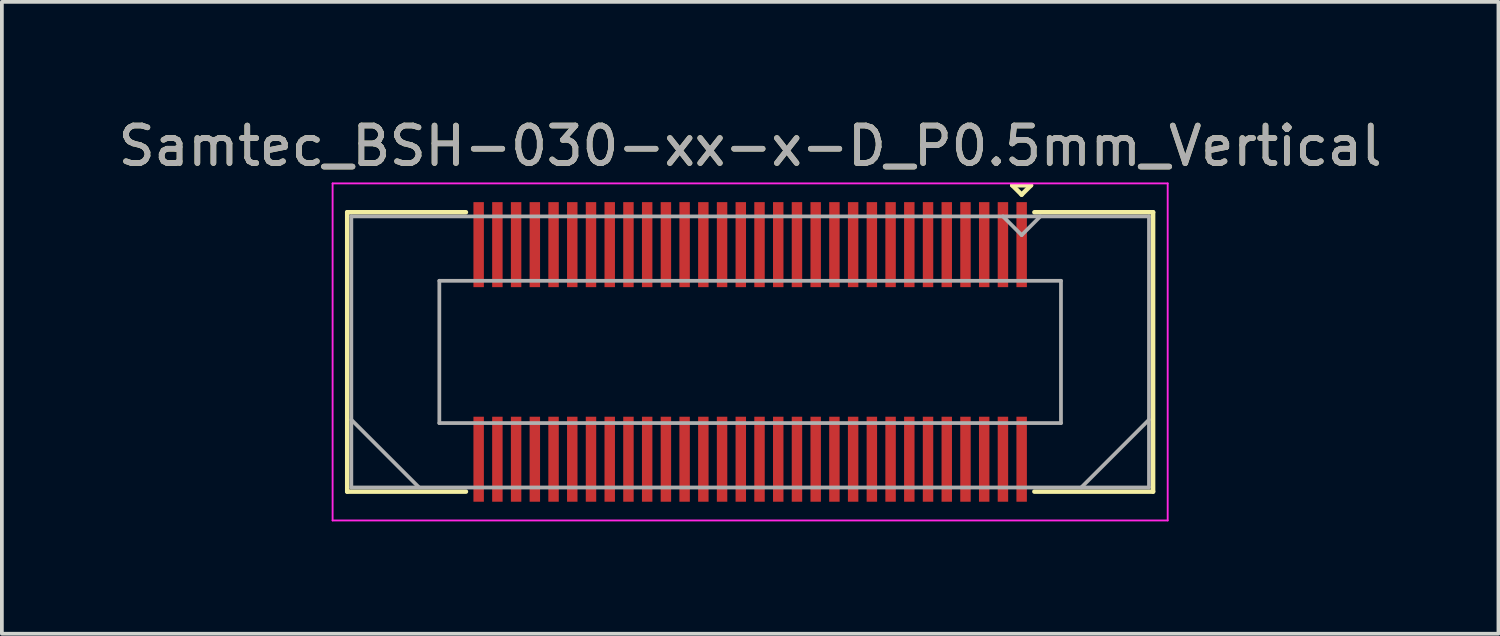
<source format=kicad_pcb>
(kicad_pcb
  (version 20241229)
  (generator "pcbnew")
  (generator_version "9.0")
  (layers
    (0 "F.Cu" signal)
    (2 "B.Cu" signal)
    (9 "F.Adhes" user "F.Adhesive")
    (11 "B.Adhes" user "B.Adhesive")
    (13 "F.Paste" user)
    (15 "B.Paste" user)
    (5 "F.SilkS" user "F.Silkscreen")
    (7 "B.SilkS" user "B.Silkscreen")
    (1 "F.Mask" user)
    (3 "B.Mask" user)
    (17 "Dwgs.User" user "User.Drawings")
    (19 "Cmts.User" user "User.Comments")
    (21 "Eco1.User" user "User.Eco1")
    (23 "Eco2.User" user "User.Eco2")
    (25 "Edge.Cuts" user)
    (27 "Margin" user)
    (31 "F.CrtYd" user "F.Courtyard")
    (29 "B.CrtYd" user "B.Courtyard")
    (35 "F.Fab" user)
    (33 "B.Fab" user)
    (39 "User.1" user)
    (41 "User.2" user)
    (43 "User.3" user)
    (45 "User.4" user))
  (footprint "Samtec_BSH-030-xx-x-D_P0.5mm_Vertical"
    (layer "F.Cu")
    (at 16.982 6.348)
    (property "Reference" "Samtec_BSH-030-xx-x-D_P0.5mm_Vertical" (at 0 -5.5 0) (layer "F.SilkS") (effects (font (size 1 1) (thickness 0.15))))
    (attr smd)
    (fp_line (start -10.76 -3.73) (end -7.59 -3.73) (stroke (width 0.12) (type solid)) (layer "F.SilkS"))
    (fp_line (start -10.76 3.73) (end -10.76 -3.73) (stroke (width 0.12) (type solid)) (layer "F.SilkS"))
    (fp_line (start -7.59 3.73) (end -10.76 3.73) (stroke (width 0.12) (type solid)) (layer "F.SilkS"))
    (fp_line (start 7 -4.45) (end 7.5 -4.45) (stroke (width 0.12) (type solid)) (layer "F.SilkS"))
    (fp_line (start 7.25 -4.2) (end 7 -4.45) (stroke (width 0.12) (type solid)) (layer "F.SilkS"))
    (fp_line (start 7.5 -4.45) (end 7.25 -4.2) (stroke (width 0.12) (type solid)) (layer "F.SilkS"))
    (fp_line (start 7.59 3.73) (end 10.76 3.73) (stroke (width 0.12) (type solid)) (layer "F.SilkS"))
    (fp_line (start 10.76 -3.73) (end 7.59 -3.73) (stroke (width 0.12) (type solid)) (layer "F.SilkS"))
    (fp_line (start 10.76 3.73) (end 10.76 -3.73) (stroke (width 0.12) (type solid)) (layer "F.SilkS"))
    (fp_line (start -11.15 -4.5) (end -11.15 4.5) (stroke (width 0.05) (type solid)) (layer "F.CrtYd"))
    (fp_line (start -11.15 4.5) (end 11.15 4.5) (stroke (width 0.05) (type solid)) (layer "F.CrtYd"))
    (fp_line (start 11.15 -4.5) (end -11.15 -4.5) (stroke (width 0.05) (type solid)) (layer "F.CrtYd"))
    (fp_line (start 11.15 4.5) (end 11.15 -4.5) (stroke (width 0.05) (type solid)) (layer "F.CrtYd"))
    (fp_line (start -10.65 -3.62) (end -10.65 3.62) (stroke (width 0.1) (type solid)) (layer "F.Fab"))
    (fp_line (start -10.65 1.81) (end -8.84 3.62) (stroke (width 0.1) (type solid)) (layer "F.Fab"))
    (fp_line (start -10.65 3.62) (end 10.65 3.62) (stroke (width 0.1) (type solid)) (layer "F.Fab"))
    (fp_line (start -8.3 -1.9) (end -8.3 1.9) (stroke (width 0.1) (type solid)) (layer "F.Fab"))
    (fp_line (start -8.3 1.9) (end 8.3 1.9) (stroke (width 0.1) (type solid)) (layer "F.Fab"))
    (fp_line (start 7.25 -3.12) (end 6.75 -3.62) (stroke (width 0.1) (type solid)) (layer "F.Fab"))
    (fp_line (start 7.75 -3.62) (end 7.25 -3.12) (stroke (width 0.1) (type solid)) (layer "F.Fab"))
    (fp_line (start 8.3 -1.9) (end -8.3 -1.9) (stroke (width 0.1) (type solid)) (layer "F.Fab"))
    (fp_line (start 8.3 1.9) (end 8.3 -1.9) (stroke (width 0.1) (type solid)) (layer "F.Fab"))
    (fp_line (start 10.65 -3.62) (end -10.65 -3.62) (stroke (width 0.1) (type solid)) (layer "F.Fab"))
    (fp_line (start 10.65 1.81) (end 8.84 3.62) (stroke (width 0.1) (type solid)) (layer "F.Fab"))
    (fp_line (start 10.65 3.62) (end 10.65 -3.62) (stroke (width 0.1) (type solid)) (layer "F.Fab"))
    (fp_text user "${REFERENCE}" (at 0 -5.5 0) (layer "F.Fab") (effects (font (size 1 1) (thickness 0.15))))
    (pad "1" smd rect (at 7.25 -2.865) (size 0.279 2.27) (layers "F.Cu" "F.Mask" "F.Paste"))
    (pad "2" smd rect (at 7.25 2.865) (size 0.279 2.27) (layers "F.Cu" "F.Mask" "F.Paste"))
    (pad "3" smd rect (at 6.75 -2.865) (size 0.279 2.27) (layers "F.Cu" "F.Mask" "F.Paste"))
    (pad "4" smd rect (at 6.75 2.865) (size 0.279 2.27) (layers "F.Cu" "F.Mask" "F.Paste"))
    (pad "5" smd rect (at 6.25 -2.865) (size 0.279 2.27) (layers "F.Cu" "F.Mask" "F.Paste"))
    (pad "6" smd rect (at 6.25 2.865) (size 0.279 2.27) (layers "F.Cu" "F.Mask" "F.Paste"))
    (pad "7" smd rect (at 5.75 -2.865) (size 0.279 2.27) (layers "F.Cu" "F.Mask" "F.Paste"))
    (pad "8" smd rect (at 5.75 2.865) (size 0.279 2.27) (layers "F.Cu" "F.Mask" "F.Paste"))
    (pad "9" smd rect (at 5.25 -2.865) (size 0.279 2.27) (layers "F.Cu" "F.Mask" "F.Paste"))
    (pad "10" smd rect (at 5.25 2.865) (size 0.279 2.27) (layers "F.Cu" "F.Mask" "F.Paste"))
    (pad "11" smd rect (at 4.75 -2.865) (size 0.279 2.27) (layers "F.Cu" "F.Mask" "F.Paste"))
    (pad "12" smd rect (at 4.75 2.865) (size 0.279 2.27) (layers "F.Cu" "F.Mask" "F.Paste"))
    (pad "13" smd rect (at 4.25 -2.865) (size 0.279 2.27) (layers "F.Cu" "F.Mask" "F.Paste"))
    (pad "14" smd rect (at 4.25 2.865) (size 0.279 2.27) (layers "F.Cu" "F.Mask" "F.Paste"))
    (pad "15" smd rect (at 3.75 -2.865) (size 0.279 2.27) (layers "F.Cu" "F.Mask" "F.Paste"))
    (pad "16" smd rect (at 3.75 2.865) (size 0.279 2.27) (layers "F.Cu" "F.Mask" "F.Paste"))
    (pad "17" smd rect (at 3.25 -2.865) (size 0.279 2.27) (layers "F.Cu" "F.Mask" "F.Paste"))
    (pad "18" smd rect (at 3.25 2.865) (size 0.279 2.27) (layers "F.Cu" "F.Mask" "F.Paste"))
    (pad "19" smd rect (at 2.75 -2.865) (size 0.279 2.27) (layers "F.Cu" "F.Mask" "F.Paste"))
    (pad "20" smd rect (at 2.75 2.865) (size 0.279 2.27) (layers "F.Cu" "F.Mask" "F.Paste"))
    (pad "21" smd rect (at 2.25 -2.865) (size 0.279 2.27) (layers "F.Cu" "F.Mask" "F.Paste"))
    (pad "22" smd rect (at 2.25 2.865) (size 0.279 2.27) (layers "F.Cu" "F.Mask" "F.Paste"))
    (pad "23" smd rect (at 1.75 -2.865) (size 0.279 2.27) (layers "F.Cu" "F.Mask" "F.Paste"))
    (pad "24" smd rect (at 1.75 2.865) (size 0.279 2.27) (layers "F.Cu" "F.Mask" "F.Paste"))
    (pad "25" smd rect (at 1.25 -2.865) (size 0.279 2.27) (layers "F.Cu" "F.Mask" "F.Paste"))
    (pad "26" smd rect (at 1.25 2.865) (size 0.279 2.27) (layers "F.Cu" "F.Mask" "F.Paste"))
    (pad "27" smd rect (at 0.75 -2.865) (size 0.279 2.27) (layers "F.Cu" "F.Mask" "F.Paste"))
    (pad "28" smd rect (at 0.75 2.865) (size 0.279 2.27) (layers "F.Cu" "F.Mask" "F.Paste"))
    (pad "29" smd rect (at 0.25 -2.865) (size 0.279 2.27) (layers "F.Cu" "F.Mask" "F.Paste"))
    (pad "30" smd rect (at 0.25 2.865) (size 0.279 2.27) (layers "F.Cu" "F.Mask" "F.Paste"))
    (pad "31" smd rect (at -0.25 -2.865) (size 0.279 2.27) (layers "F.Cu" "F.Mask" "F.Paste"))
    (pad "32" smd rect (at -0.25 2.865) (size 0.279 2.27) (layers "F.Cu" "F.Mask" "F.Paste"))
    (pad "33" smd rect (at -0.75 -2.865) (size 0.279 2.27) (layers "F.Cu" "F.Mask" "F.Paste"))
    (pad "34" smd rect (at -0.75 2.865) (size 0.279 2.27) (layers "F.Cu" "F.Mask" "F.Paste"))
    (pad "35" smd rect (at -1.25 -2.865) (size 0.279 2.27) (layers "F.Cu" "F.Mask" "F.Paste"))
    (pad "36" smd rect (at -1.25 2.865) (size 0.279 2.27) (layers "F.Cu" "F.Mask" "F.Paste"))
    (pad "37" smd rect (at -1.75 -2.865) (size 0.279 2.27) (layers "F.Cu" "F.Mask" "F.Paste"))
    (pad "38" smd rect (at -1.75 2.865) (size 0.279 2.27) (layers "F.Cu" "F.Mask" "F.Paste"))
    (pad "39" smd rect (at -2.25 -2.865) (size 0.279 2.27) (layers "F.Cu" "F.Mask" "F.Paste"))
    (pad "40" smd rect (at -2.25 2.865) (size 0.279 2.27) (layers "F.Cu" "F.Mask" "F.Paste"))
    (pad "41" smd rect (at -2.75 -2.865) (size 0.279 2.27) (layers "F.Cu" "F.Mask" "F.Paste"))
    (pad "42" smd rect (at -2.75 2.865) (size 0.279 2.27) (layers "F.Cu" "F.Mask" "F.Paste"))
    (pad "43" smd rect (at -3.25 -2.865) (size 0.279 2.27) (layers "F.Cu" "F.Mask" "F.Paste"))
    (pad "44" smd rect (at -3.25 2.865) (size 0.279 2.27) (layers "F.Cu" "F.Mask" "F.Paste"))
    (pad "45" smd rect (at -3.75 -2.865) (size 0.279 2.27) (layers "F.Cu" "F.Mask" "F.Paste"))
    (pad "46" smd rect (at -3.75 2.865) (size 0.279 2.27) (layers "F.Cu" "F.Mask" "F.Paste"))
    (pad "47" smd rect (at -4.25 -2.865) (size 0.279 2.27) (layers "F.Cu" "F.Mask" "F.Paste"))
    (pad "48" smd rect (at -4.25 2.865) (size 0.279 2.27) (layers "F.Cu" "F.Mask" "F.Paste"))
    (pad "49" smd rect (at -4.75 -2.865) (size 0.279 2.27) (layers "F.Cu" "F.Mask" "F.Paste"))
    (pad "50" smd rect (at -4.75 2.865) (size 0.279 2.27) (layers "F.Cu" "F.Mask" "F.Paste"))
    (pad "51" smd rect (at -5.25 -2.865) (size 0.279 2.27) (layers "F.Cu" "F.Mask" "F.Paste"))
    (pad "52" smd rect (at -5.25 2.865) (size 0.279 2.27) (layers "F.Cu" "F.Mask" "F.Paste"))
    (pad "53" smd rect (at -5.75 -2.865) (size 0.279 2.27) (layers "F.Cu" "F.Mask" "F.Paste"))
    (pad "54" smd rect (at -5.75 2.865) (size 0.279 2.27) (layers "F.Cu" "F.Mask" "F.Paste"))
    (pad "55" smd rect (at -6.25 -2.865) (size 0.279 2.27) (layers "F.Cu" "F.Mask" "F.Paste"))
    (pad "56" smd rect (at -6.25 2.865) (size 0.279 2.27) (layers "F.Cu" "F.Mask" "F.Paste"))
    (pad "57" smd rect (at -6.75 -2.865) (size 0.279 2.27) (layers "F.Cu" "F.Mask" "F.Paste"))
    (pad "58" smd rect (at -6.75 2.865) (size 0.279 2.27) (layers "F.Cu" "F.Mask" "F.Paste"))
    (pad "59" smd rect (at -7.25 -2.865) (size 0.279 2.27) (layers "F.Cu" "F.Mask" "F.Paste"))
    (pad "60" smd rect (at -7.25 2.865) (size 0.279 2.27) (layers "F.Cu" "F.Mask" "F.Paste")))
  (gr_rect
    (start -3 -3)
    (end 36.964 13.873)
    (stroke (width 0.1) (type default))
    (fill no)
    (layer "Edge.Cuts")))
</source>
